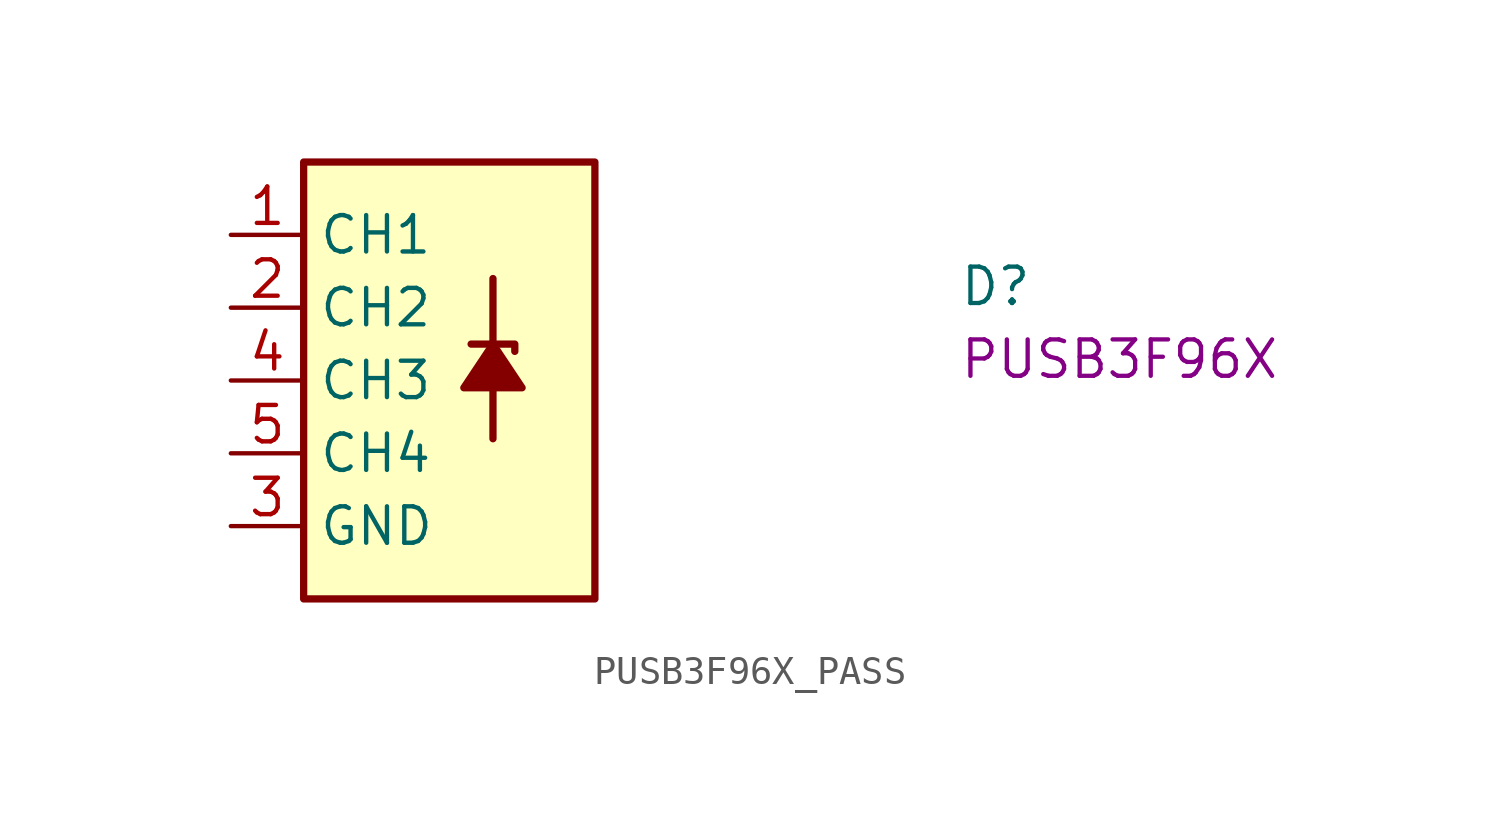
<source format=kicad_sym>
(kicad_symbol_lib
  (version 20220914)
  (generator kicad_symbol_editor)
  (symbol "PUSB3F96X_PASS"
    (property "Reference" "D"
      (at 25.4 -2.54 0)
      (effects (font (size 1.27 1.27) (thickness 0.15)) (justify left bottom)))
    (property "MPN" "PUSB3F96X"
      (at 25.4 -5.08 0)
      (effects (font (size 1.27 1.27) (thickness 0.15)) (justify left bottom)))
    (symbol "PUSB3F96X_PASS_1_1"
      (polyline (pts (xy 9.144 -1.524) (xy 9.144 -7.112)) (stroke (width 0.254) (type default)) (fill (type none)))
      (polyline (pts (xy 8.382 -3.81) (xy 9.906 -3.81) (xy 9.906 -4.064)) (stroke (width 0.254) (type default)) (fill (type none)))
      (polyline (pts (xy 10.16 -5.334) (xy 9.144 -3.81) (xy 8.128 -5.334) (xy 10.16 -5.334)) (stroke (width 0.254) (type default)) (fill (type outline)))
      (rectangle (start 2.54 -12.7) (end 12.7 2.54) (stroke (width 0.254) (type default)) (fill (type background)))
      (pin passive line (at 0 0 0) (length 2.54) (name "CH1" (effects (font (size 1.27 1.27)))) (number "1" (effects (font (size 1.27 1.27)))))
      (pin passive line (at 0 0 0) (length 2.54) hide (name "CH1" (effects (font (size 1.27 1.27)))) (number "10" (effects (font (size 1.27 1.27)))))
      (pin passive line (at 0 -2.54 0) (length 2.54) (name "CH2" (effects (font (size 1.27 1.27)))) (number "2" (effects (font (size 1.27 1.27)))))
      (pin passive line (at 0 -10.16 0) (length 2.54) (name "GND" (effects (font (size 1.27 1.27)))) (number "3" (effects (font (size 1.27 1.27)))))
      (pin passive line (at 0 -5.08 0) (length 2.54) (name "CH3" (effects (font (size 1.27 1.27)))) (number "4" (effects (font (size 1.27 1.27)))))
      (pin passive line (at 0 -7.62 0) (length 2.54) (name "CH4" (effects (font (size 1.27 1.27)))) (number "5" (effects (font (size 1.27 1.27)))))
      (pin passive line (at 0 -7.62 0) (length 2.54) hide (name "CH4" (effects (font (size 1.27 1.27)))) (number "6" (effects (font (size 1.27 1.27)))))
      (pin passive line (at 0 -5.08 0) (length 2.54) hide (name "CH3" (effects (font (size 1.27 1.27)))) (number "7" (effects (font (size 1.27 1.27)))))
      (pin passive line (at 0 -10.16 0) (length 2.54) hide (name "GND" (effects (font (size 1.27 1.27)))) (number "8" (effects (font (size 1.27 1.27)))))
      (pin passive line (at 0 -2.54 0) (length 2.54) hide (name "CH2" (effects (font (size 1.27 1.27)))) (number "9" (effects (font (size 1.27 1.27))))))))
</source>
